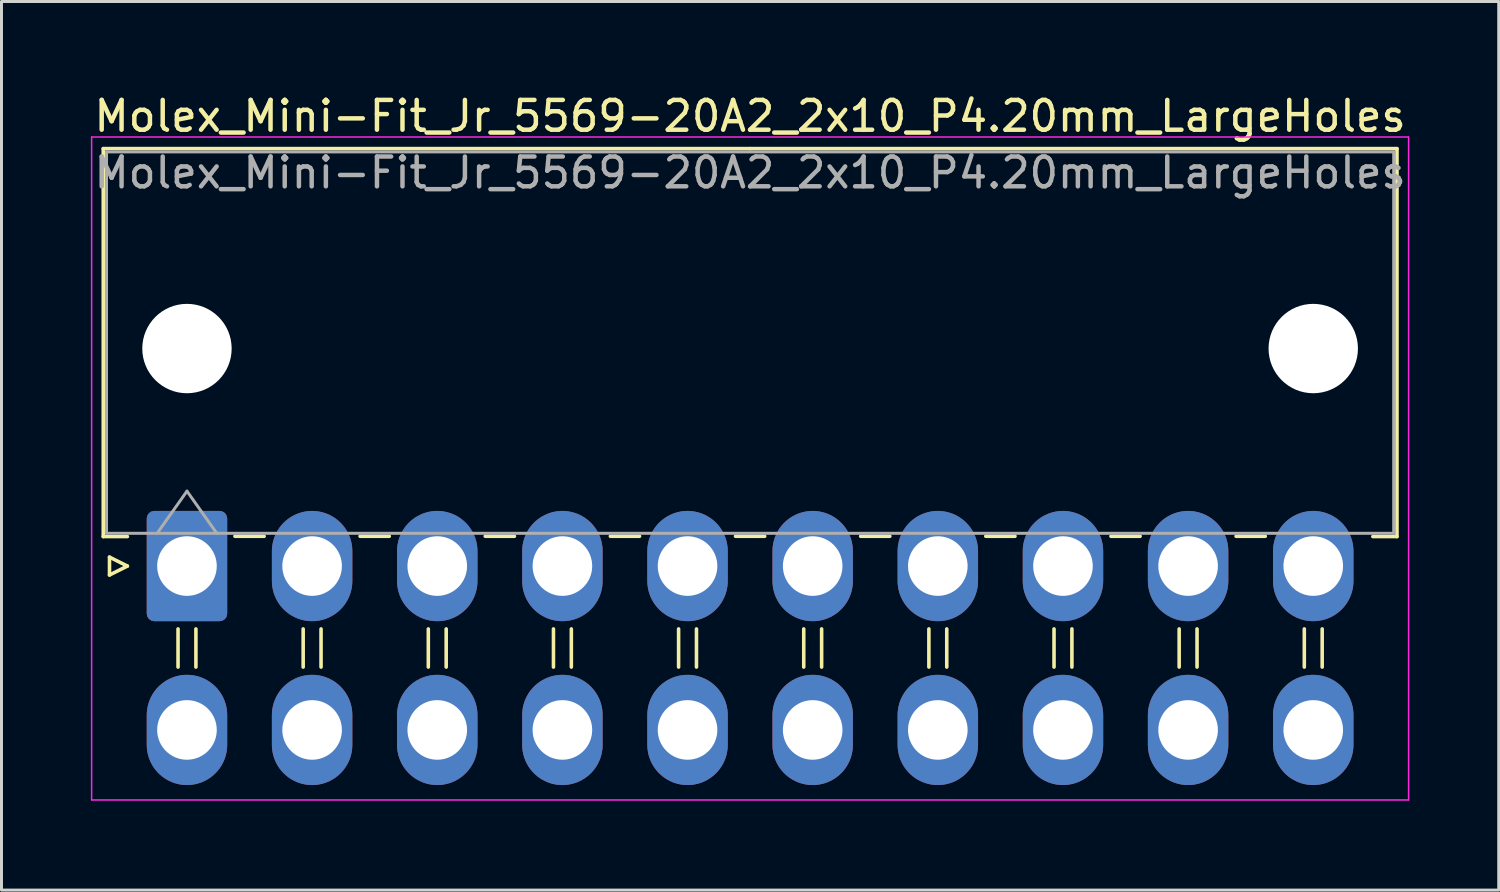
<source format=kicad_pcb>
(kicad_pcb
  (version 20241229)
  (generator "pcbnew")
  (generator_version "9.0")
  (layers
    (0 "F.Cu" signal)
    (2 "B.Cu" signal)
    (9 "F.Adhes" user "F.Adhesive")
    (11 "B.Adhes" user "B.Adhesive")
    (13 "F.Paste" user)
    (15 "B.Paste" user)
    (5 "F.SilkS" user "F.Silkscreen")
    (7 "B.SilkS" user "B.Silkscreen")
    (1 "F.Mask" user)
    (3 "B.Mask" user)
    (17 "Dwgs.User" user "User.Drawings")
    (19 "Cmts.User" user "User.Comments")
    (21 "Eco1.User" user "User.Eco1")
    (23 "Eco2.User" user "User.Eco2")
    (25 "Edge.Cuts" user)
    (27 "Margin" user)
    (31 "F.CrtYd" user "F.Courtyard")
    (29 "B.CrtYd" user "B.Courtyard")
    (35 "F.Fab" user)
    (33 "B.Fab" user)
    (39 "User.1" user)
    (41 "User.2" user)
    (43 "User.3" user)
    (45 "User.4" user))
  (footprint "Molex_Mini-Fit_Jr_5569-20A2_2x10_P4.20mm_LargeHoles"
    (layer "F.Cu")
    (at 3.225 15.948)
    (property "Reference" "Molex_Mini-Fit_Jr_5569-20A2_2x10_P4.20mm_LargeHoles" (at 18.9 -15.1 180) (layer "F.SilkS") (effects (font (size 1 1) (thickness 0.15))))
    (attr through_hole)
    (fp_line (start -2.81 -14.01) (end 18.9 -14.01) (stroke (width 0.12) (type solid)) (layer "F.SilkS"))
    (fp_line (start -2.81 -0.99) (end -2.81 -14.01) (stroke (width 0.12) (type solid)) (layer "F.SilkS"))
    (fp_line (start -2.6 -0.3) (end -2 0) (stroke (width 0.12) (type solid)) (layer "F.SilkS"))
    (fp_line (start -2.6 0.3) (end -2.6 -0.3) (stroke (width 0.12) (type solid)) (layer "F.SilkS"))
    (fp_line (start -2 -0.99) (end -2.81 -0.99) (stroke (width 0.12) (type solid)) (layer "F.SilkS"))
    (fp_line (start -2 0) (end -2.6 0.3) (stroke (width 0.12) (type solid)) (layer "F.SilkS"))
    (fp_line (start -0.3 2.11) (end -0.3 3.39) (stroke (width 0.12) (type solid)) (layer "F.SilkS"))
    (fp_line (start 0.3 2.11) (end 0.3 3.39) (stroke (width 0.12) (type solid)) (layer "F.SilkS"))
    (fp_line (start 1.61 -1) (end 2.59 -1) (stroke (width 0.12) (type solid)) (layer "F.SilkS"))
    (fp_line (start 3.9 2.11) (end 3.9 3.39) (stroke (width 0.12) (type solid)) (layer "F.SilkS"))
    (fp_line (start 4.5 2.11) (end 4.5 3.39) (stroke (width 0.12) (type solid)) (layer "F.SilkS"))
    (fp_line (start 5.81 -1) (end 6.79 -1) (stroke (width 0.12) (type solid)) (layer "F.SilkS"))
    (fp_line (start 8.1 2.11) (end 8.1 3.39) (stroke (width 0.12) (type solid)) (layer "F.SilkS"))
    (fp_line (start 8.7 2.11) (end 8.7 3.39) (stroke (width 0.12) (type solid)) (layer "F.SilkS"))
    (fp_line (start 10.01 -1) (end 10.99 -1) (stroke (width 0.12) (type solid)) (layer "F.SilkS"))
    (fp_line (start 12.3 2.11) (end 12.3 3.39) (stroke (width 0.12) (type solid)) (layer "F.SilkS"))
    (fp_line (start 12.9 2.11) (end 12.9 3.39) (stroke (width 0.12) (type solid)) (layer "F.SilkS"))
    (fp_line (start 14.21 -1) (end 15.19 -1) (stroke (width 0.12) (type solid)) (layer "F.SilkS"))
    (fp_line (start 16.5 2.11) (end 16.5 3.39) (stroke (width 0.12) (type solid)) (layer "F.SilkS"))
    (fp_line (start 17.1 2.11) (end 17.1 3.39) (stroke (width 0.12) (type solid)) (layer "F.SilkS"))
    (fp_line (start 18.41 -1) (end 19.39 -1) (stroke (width 0.12) (type solid)) (layer "F.SilkS"))
    (fp_line (start 20.7 2.11) (end 20.7 3.39) (stroke (width 0.12) (type solid)) (layer "F.SilkS"))
    (fp_line (start 21.3 2.11) (end 21.3 3.39) (stroke (width 0.12) (type solid)) (layer "F.SilkS"))
    (fp_line (start 22.61 -1) (end 23.59 -1) (stroke (width 0.12) (type solid)) (layer "F.SilkS"))
    (fp_line (start 24.9 2.11) (end 24.9 3.39) (stroke (width 0.12) (type solid)) (layer "F.SilkS"))
    (fp_line (start 25.5 2.11) (end 25.5 3.39) (stroke (width 0.12) (type solid)) (layer "F.SilkS"))
    (fp_line (start 26.81 -1) (end 27.79 -1) (stroke (width 0.12) (type solid)) (layer "F.SilkS"))
    (fp_line (start 29.1 2.11) (end 29.1 3.39) (stroke (width 0.12) (type solid)) (layer "F.SilkS"))
    (fp_line (start 29.7 2.11) (end 29.7 3.39) (stroke (width 0.12) (type solid)) (layer "F.SilkS"))
    (fp_line (start 31.01 -1) (end 31.99 -1) (stroke (width 0.12) (type solid)) (layer "F.SilkS"))
    (fp_line (start 33.3 2.11) (end 33.3 3.39) (stroke (width 0.12) (type solid)) (layer "F.SilkS"))
    (fp_line (start 33.9 2.11) (end 33.9 3.39) (stroke (width 0.12) (type solid)) (layer "F.SilkS"))
    (fp_line (start 35.21 -1) (end 36.19 -1) (stroke (width 0.12) (type solid)) (layer "F.SilkS"))
    (fp_line (start 37.5 2.11) (end 37.5 3.39) (stroke (width 0.12) (type solid)) (layer "F.SilkS"))
    (fp_line (start 38.1 2.11) (end 38.1 3.39) (stroke (width 0.12) (type solid)) (layer "F.SilkS"))
    (fp_line (start 39.8 -0.99) (end 40.61 -0.99) (stroke (width 0.12) (type solid)) (layer "F.SilkS"))
    (fp_line (start 40.61 -14.01) (end 18.9 -14.01) (stroke (width 0.12) (type solid)) (layer "F.SilkS"))
    (fp_line (start 40.61 -0.99) (end 40.61 -14.01) (stroke (width 0.12) (type solid)) (layer "F.SilkS"))
    (fp_line (start -3.2 -14.4) (end -3.2 7.85) (stroke (width 0.05) (type solid)) (layer "F.CrtYd"))
    (fp_line (start -3.2 7.85) (end 41 7.85) (stroke (width 0.05) (type solid)) (layer "F.CrtYd"))
    (fp_line (start 41 -14.4) (end -3.2 -14.4) (stroke (width 0.05) (type solid)) (layer "F.CrtYd"))
    (fp_line (start 41 7.85) (end 41 -14.4) (stroke (width 0.05) (type solid)) (layer "F.CrtYd"))
    (fp_line (start -2.7 -13.9) (end -2.7 -1.1) (stroke (width 0.1) (type solid)) (layer "F.Fab"))
    (fp_line (start -2.7 -1.1) (end 40.5 -1.1) (stroke (width 0.1) (type solid)) (layer "F.Fab"))
    (fp_line (start -1 -1.1) (end 0 -2.514) (stroke (width 0.1) (type solid)) (layer "F.Fab"))
    (fp_line (start 0 -2.514) (end 1 -1.1) (stroke (width 0.1) (type solid)) (layer "F.Fab"))
    (fp_line (start 40.5 -13.9) (end -2.7 -13.9) (stroke (width 0.1) (type solid)) (layer "F.Fab"))
    (fp_line (start 40.5 -1.1) (end 40.5 -13.9) (stroke (width 0.1) (type solid)) (layer "F.Fab"))
    (fp_text user "${REFERENCE}" (at 18.9 -13.2 180) (layer "F.Fab") (effects (font (size 1 1) (thickness 0.15))))
    (pad "" np_thru_hole circle (at 0 -7.3) (size 3 3) (drill 3) (layers "*.Cu" "*.Mask"))
    (pad "" np_thru_hole circle (at 37.8 -7.3) (size 3 3) (drill 3) (layers "*.Cu" "*.Mask"))
    (pad "1" thru_hole roundrect (at 0 0) (size 2.7 3.7) (drill 2) (layers "*.Cu" "*.Mask") (roundrect_rratio 0.093))
    (pad "2" thru_hole oval (at 4.2 0) (size 2.7 3.7) (drill 2) (layers "*.Cu" "*.Mask"))
    (pad "3" thru_hole oval (at 8.4 0) (size 2.7 3.7) (drill 2) (layers "*.Cu" "*.Mask"))
    (pad "4" thru_hole oval (at 12.6 0) (size 2.7 3.7) (drill 2) (layers "*.Cu" "*.Mask"))
    (pad "5" thru_hole oval (at 16.8 0) (size 2.7 3.7) (drill 2) (layers "*.Cu" "*.Mask"))
    (pad "6" thru_hole oval (at 21 0) (size 2.7 3.7) (drill 2) (layers "*.Cu" "*.Mask"))
    (pad "7" thru_hole oval (at 25.2 0) (size 2.7 3.7) (drill 2) (layers "*.Cu" "*.Mask"))
    (pad "8" thru_hole oval (at 29.4 0) (size 2.7 3.7) (drill 2) (layers "*.Cu" "*.Mask"))
    (pad "9" thru_hole oval (at 33.6 0) (size 2.7 3.7) (drill 2) (layers "*.Cu" "*.Mask"))
    (pad "10" thru_hole oval (at 37.8 0) (size 2.7 3.7) (drill 2) (layers "*.Cu" "*.Mask"))
    (pad "11" thru_hole oval (at 0 5.5) (size 2.7 3.7) (drill 2) (layers "*.Cu" "*.Mask"))
    (pad "12" thru_hole oval (at 4.2 5.5) (size 2.7 3.7) (drill 2) (layers "*.Cu" "*.Mask"))
    (pad "13" thru_hole oval (at 8.4 5.5) (size 2.7 3.7) (drill 2) (layers "*.Cu" "*.Mask"))
    (pad "14" thru_hole oval (at 12.6 5.5) (size 2.7 3.7) (drill 2) (layers "*.Cu" "*.Mask"))
    (pad "15" thru_hole oval (at 16.8 5.5) (size 2.7 3.7) (drill 2) (layers "*.Cu" "*.Mask"))
    (pad "16" thru_hole oval (at 21 5.5) (size 2.7 3.7) (drill 2) (layers "*.Cu" "*.Mask"))
    (pad "17" thru_hole oval (at 25.2 5.5) (size 2.7 3.7) (drill 2) (layers "*.Cu" "*.Mask"))
    (pad "18" thru_hole oval (at 29.4 5.5) (size 2.7 3.7) (drill 2) (layers "*.Cu" "*.Mask"))
    (pad "19" thru_hole oval (at 33.6 5.5) (size 2.7 3.7) (drill 2) (layers "*.Cu" "*.Mask"))
    (pad "20" thru_hole oval (at 37.8 5.5) (size 2.7 3.7) (drill 2) (layers "*.Cu" "*.Mask")))
  (gr_rect
    (start -3 -3)
    (end 47.25 26.823)
    (stroke (width 0.1) (type default))
    (fill no)
    (layer "Edge.Cuts")))
</source>
